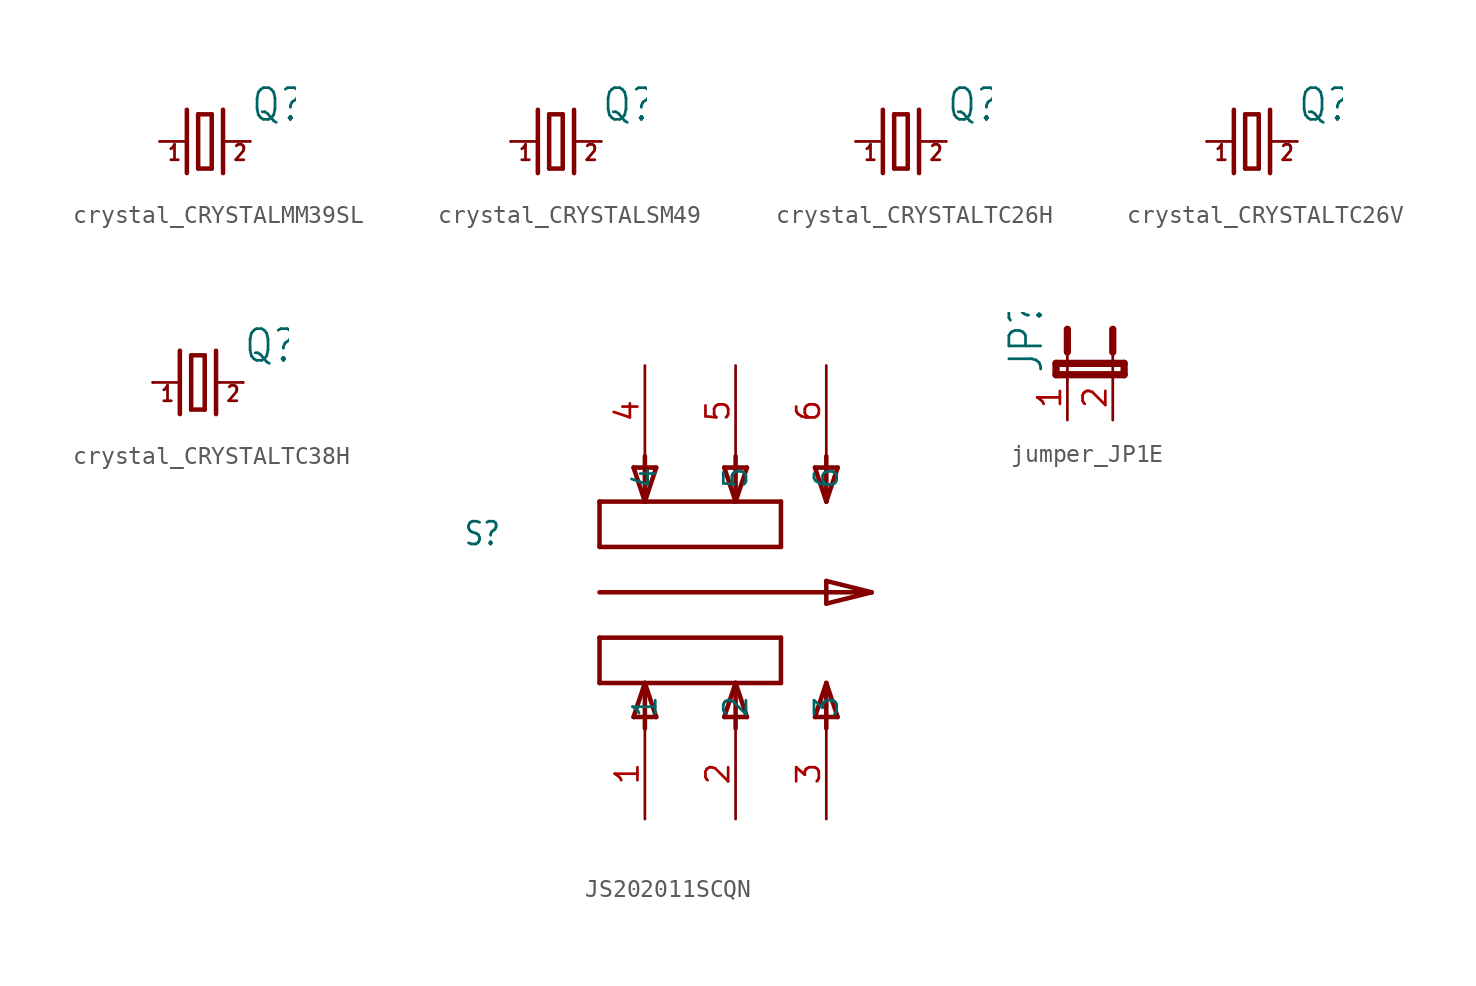
<source format=kicad_sym>
(kicad_symbol_lib
  (version 20231120)
  (generator "kicad_symbol_editor")
  (generator_version "8.0")
  (symbol "crystal_CRYSTALMM39SL"
    (property "Reference" "Q"
      (at 2.54 1.016 0)
      (effects (font (size 1.778 1.511)) (justify left bottom)))
    (property "Value" ""
      (at 2.54 -2.54 0)
      (effects (font (size 1.778 1.511)) (justify left bottom)))
    (property "ki_locked" ""
      (at 0 0 0)
      (effects (font (size 1.27 1.27))))
    (symbol "crystal_CRYSTALMM39SL_1_0"
      (polyline (pts (xy -2.54 0) (xy -1.016 0)) (stroke (width 0.152) (type solid)) (fill (type none)))
      (polyline (pts (xy -1.016 1.778) (xy -1.016 -1.778)) (stroke (width 0.254) (type solid)) (fill (type none)))
      (polyline (pts (xy -0.381 -1.524) (xy 0.381 -1.524)) (stroke (width 0.254) (type solid)) (fill (type none)))
      (polyline (pts (xy -0.381 1.524) (xy -0.381 -1.524)) (stroke (width 0.254) (type solid)) (fill (type none)))
      (polyline (pts (xy 0.381 -1.524) (xy 0.381 1.524)) (stroke (width 0.254) (type solid)) (fill (type none)))
      (polyline (pts (xy 0.381 1.524) (xy -0.381 1.524)) (stroke (width 0.254) (type solid)) (fill (type none)))
      (polyline (pts (xy 1.016 0) (xy 2.54 0)) (stroke (width 0.152) (type solid)) (fill (type none)))
      (polyline (pts (xy 1.016 1.778) (xy 1.016 -1.778)) (stroke (width 0.254) (type solid)) (fill (type none)))
      (text "1" (at -2.159 -1.143 0) (effects (font (size 0.864 0.734)) (justify left bottom)))
      (text "2" (at 1.524 -1.143 0) (effects (font (size 0.864 0.734)) (justify left bottom)))
      (pin passive line (at -2.54 0 0) (length 0) (name "1" (effects (font (size 0 0)))) (number "1" (effects (font (size 0 0)))))
      (pin passive line (at 2.54 0 180) (length 0) (name "2" (effects (font (size 0 0)))) (number "4" (effects (font (size 0 0)))))))
  (symbol "crystal_CRYSTALSM49"
    (property "Reference" "Q"
      (at 2.54 1.016 0)
      (effects (font (size 1.778 1.511)) (justify left bottom)))
    (property "Value" ""
      (at 2.54 -2.54 0)
      (effects (font (size 1.778 1.511)) (justify left bottom)))
    (property "ki_locked" ""
      (at 0 0 0)
      (effects (font (size 1.27 1.27))))
    (symbol "crystal_CRYSTALSM49_1_0"
      (polyline (pts (xy -2.54 0) (xy -1.016 0)) (stroke (width 0.152) (type solid)) (fill (type none)))
      (polyline (pts (xy -1.016 1.778) (xy -1.016 -1.778)) (stroke (width 0.254) (type solid)) (fill (type none)))
      (polyline (pts (xy -0.381 -1.524) (xy 0.381 -1.524)) (stroke (width 0.254) (type solid)) (fill (type none)))
      (polyline (pts (xy -0.381 1.524) (xy -0.381 -1.524)) (stroke (width 0.254) (type solid)) (fill (type none)))
      (polyline (pts (xy 0.381 -1.524) (xy 0.381 1.524)) (stroke (width 0.254) (type solid)) (fill (type none)))
      (polyline (pts (xy 0.381 1.524) (xy -0.381 1.524)) (stroke (width 0.254) (type solid)) (fill (type none)))
      (polyline (pts (xy 1.016 0) (xy 2.54 0)) (stroke (width 0.152) (type solid)) (fill (type none)))
      (polyline (pts (xy 1.016 1.778) (xy 1.016 -1.778)) (stroke (width 0.254) (type solid)) (fill (type none)))
      (text "1" (at -2.159 -1.143 0) (effects (font (size 0.864 0.734)) (justify left bottom)))
      (text "2" (at 1.524 -1.143 0) (effects (font (size 0.864 0.734)) (justify left bottom)))
      (pin passive line (at -2.54 0 0) (length 0) (name "1" (effects (font (size 0 0)))) (number "1" (effects (font (size 0 0)))))
      (pin passive line (at 2.54 0 180) (length 0) (name "2" (effects (font (size 0 0)))) (number "2" (effects (font (size 0 0)))))))
  (symbol "crystal_CRYSTALTC26H"
    (property "Reference" "Q"
      (at 2.54 1.016 0)
      (effects (font (size 1.778 1.511)) (justify left bottom)))
    (property "Value" ""
      (at 2.54 -2.54 0)
      (effects (font (size 1.778 1.511)) (justify left bottom)))
    (property "ki_locked" ""
      (at 0 0 0)
      (effects (font (size 1.27 1.27))))
    (symbol "crystal_CRYSTALTC26H_1_0"
      (polyline (pts (xy -2.54 0) (xy -1.016 0)) (stroke (width 0.152) (type solid)) (fill (type none)))
      (polyline (pts (xy -1.016 1.778) (xy -1.016 -1.778)) (stroke (width 0.254) (type solid)) (fill (type none)))
      (polyline (pts (xy -0.381 -1.524) (xy 0.381 -1.524)) (stroke (width 0.254) (type solid)) (fill (type none)))
      (polyline (pts (xy -0.381 1.524) (xy -0.381 -1.524)) (stroke (width 0.254) (type solid)) (fill (type none)))
      (polyline (pts (xy 0.381 -1.524) (xy 0.381 1.524)) (stroke (width 0.254) (type solid)) (fill (type none)))
      (polyline (pts (xy 0.381 1.524) (xy -0.381 1.524)) (stroke (width 0.254) (type solid)) (fill (type none)))
      (polyline (pts (xy 1.016 0) (xy 2.54 0)) (stroke (width 0.152) (type solid)) (fill (type none)))
      (polyline (pts (xy 1.016 1.778) (xy 1.016 -1.778)) (stroke (width 0.254) (type solid)) (fill (type none)))
      (text "1" (at -2.159 -1.143 0) (effects (font (size 0.864 0.734)) (justify left bottom)))
      (text "2" (at 1.524 -1.143 0) (effects (font (size 0.864 0.734)) (justify left bottom)))
      (pin passive line (at -2.54 0 0) (length 0) (name "1" (effects (font (size 0 0)))) (number "1" (effects (font (size 0 0)))))
      (pin passive line (at 2.54 0 180) (length 0) (name "2" (effects (font (size 0 0)))) (number "2" (effects (font (size 0 0)))))))
  (symbol "crystal_CRYSTALTC26V"
    (property "Reference" "Q"
      (at 2.54 1.016 0)
      (effects (font (size 1.778 1.511)) (justify left bottom)))
    (property "Value" ""
      (at 2.54 -2.54 0)
      (effects (font (size 1.778 1.511)) (justify left bottom)))
    (property "ki_locked" ""
      (at 0 0 0)
      (effects (font (size 1.27 1.27))))
    (symbol "crystal_CRYSTALTC26V_1_0"
      (polyline (pts (xy -2.54 0) (xy -1.016 0)) (stroke (width 0.152) (type solid)) (fill (type none)))
      (polyline (pts (xy -1.016 1.778) (xy -1.016 -1.778)) (stroke (width 0.254) (type solid)) (fill (type none)))
      (polyline (pts (xy -0.381 -1.524) (xy 0.381 -1.524)) (stroke (width 0.254) (type solid)) (fill (type none)))
      (polyline (pts (xy -0.381 1.524) (xy -0.381 -1.524)) (stroke (width 0.254) (type solid)) (fill (type none)))
      (polyline (pts (xy 0.381 -1.524) (xy 0.381 1.524)) (stroke (width 0.254) (type solid)) (fill (type none)))
      (polyline (pts (xy 0.381 1.524) (xy -0.381 1.524)) (stroke (width 0.254) (type solid)) (fill (type none)))
      (polyline (pts (xy 1.016 0) (xy 2.54 0)) (stroke (width 0.152) (type solid)) (fill (type none)))
      (polyline (pts (xy 1.016 1.778) (xy 1.016 -1.778)) (stroke (width 0.254) (type solid)) (fill (type none)))
      (text "1" (at -2.159 -1.143 0) (effects (font (size 0.864 0.734)) (justify left bottom)))
      (text "2" (at 1.524 -1.143 0) (effects (font (size 0.864 0.734)) (justify left bottom)))
      (pin passive line (at -2.54 0 0) (length 0) (name "1" (effects (font (size 0 0)))) (number "1" (effects (font (size 0 0)))))
      (pin passive line (at 2.54 0 180) (length 0) (name "2" (effects (font (size 0 0)))) (number "2" (effects (font (size 0 0)))))))
  (symbol "crystal_CRYSTALTC38H"
    (property "Reference" "Q"
      (at 2.54 1.016 0)
      (effects (font (size 1.778 1.511)) (justify left bottom)))
    (property "Value" ""
      (at 2.54 -2.54 0)
      (effects (font (size 1.778 1.511)) (justify left bottom)))
    (property "ki_locked" ""
      (at 0 0 0)
      (effects (font (size 1.27 1.27))))
    (symbol "crystal_CRYSTALTC38H_1_0"
      (polyline (pts (xy -2.54 0) (xy -1.016 0)) (stroke (width 0.152) (type solid)) (fill (type none)))
      (polyline (pts (xy -1.016 1.778) (xy -1.016 -1.778)) (stroke (width 0.254) (type solid)) (fill (type none)))
      (polyline (pts (xy -0.381 -1.524) (xy 0.381 -1.524)) (stroke (width 0.254) (type solid)) (fill (type none)))
      (polyline (pts (xy -0.381 1.524) (xy -0.381 -1.524)) (stroke (width 0.254) (type solid)) (fill (type none)))
      (polyline (pts (xy 0.381 -1.524) (xy 0.381 1.524)) (stroke (width 0.254) (type solid)) (fill (type none)))
      (polyline (pts (xy 0.381 1.524) (xy -0.381 1.524)) (stroke (width 0.254) (type solid)) (fill (type none)))
      (polyline (pts (xy 1.016 0) (xy 2.54 0)) (stroke (width 0.152) (type solid)) (fill (type none)))
      (polyline (pts (xy 1.016 1.778) (xy 1.016 -1.778)) (stroke (width 0.254) (type solid)) (fill (type none)))
      (text "1" (at -2.159 -1.143 0) (effects (font (size 0.864 0.734)) (justify left bottom)))
      (text "2" (at 1.524 -1.143 0) (effects (font (size 0.864 0.734)) (justify left bottom)))
      (pin passive line (at -2.54 0 0) (length 0) (name "1" (effects (font (size 0 0)))) (number "1" (effects (font (size 0 0)))))
      (pin passive line (at 2.54 0 180) (length 0) (name "2" (effects (font (size 0 0)))) (number "2" (effects (font (size 0 0)))))))
  (symbol "JS202011SCQN"
    (property "Reference" "S"
      (at -15.262 2.544 0)
      (effects (font (size 1.272 1.081)) (justify left bottom)))
    (property "Value" ""
      (at -15.251 -5.084 0)
      (effects (font (size 1.271 1.08)) (justify left bottom)))
    (property "ki_locked" ""
      (at 0 0 0)
      (effects (font (size 1.27 1.27))))
    (symbol "JS202011SCQN_1_0"
      (polyline (pts (xy -7.62 -5.08) (xy -7.62 -2.54)) (stroke (width 0.254) (type solid)) (fill (type none)))
      (polyline (pts (xy -7.62 -2.54) (xy 2.54 -2.54)) (stroke (width 0.254) (type solid)) (fill (type none)))
      (polyline (pts (xy -7.62 0) (xy 7.62 0)) (stroke (width 0.254) (type solid)) (fill (type none)))
      (polyline (pts (xy -7.62 2.54) (xy 2.54 2.54)) (stroke (width 0.254) (type solid)) (fill (type none)))
      (polyline (pts (xy -7.62 5.08) (xy -7.62 2.54)) (stroke (width 0.254) (type solid)) (fill (type none)))
      (polyline (pts (xy -5.715 -6.985) (xy -4.445 -6.985)) (stroke (width 0.254) (type solid)) (fill (type none)))
      (polyline (pts (xy -5.715 6.985) (xy -5.08 5.08)) (stroke (width 0.254) (type solid)) (fill (type none)))
      (polyline (pts (xy -5.08 -5.08) (xy -7.62 -5.08)) (stroke (width 0.254) (type solid)) (fill (type none)))
      (polyline (pts (xy -5.08 -5.08) (xy -5.715 -6.985)) (stroke (width 0.254) (type solid)) (fill (type none)))
      (polyline (pts (xy -5.08 -5.08) (xy -5.08 -7.62)) (stroke (width 0.254) (type solid)) (fill (type none)))
      (polyline (pts (xy -5.08 5.08) (xy -7.62 5.08)) (stroke (width 0.254) (type solid)) (fill (type none)))
      (polyline (pts (xy -5.08 5.08) (xy -4.445 6.985)) (stroke (width 0.254) (type solid)) (fill (type none)))
      (polyline (pts (xy -5.08 7.62) (xy -5.08 5.08)) (stroke (width 0.254) (type solid)) (fill (type none)))
      (polyline (pts (xy -4.445 -6.985) (xy -5.08 -5.08)) (stroke (width 0.254) (type solid)) (fill (type none)))
      (polyline (pts (xy -4.445 6.985) (xy -5.715 6.985)) (stroke (width 0.254) (type solid)) (fill (type none)))
      (polyline (pts (xy -0.635 -6.985) (xy 0.635 -6.985)) (stroke (width 0.254) (type solid)) (fill (type none)))
      (polyline (pts (xy -0.635 6.985) (xy 0 5.08)) (stroke (width 0.254) (type solid)) (fill (type none)))
      (polyline (pts (xy 0 -5.08) (xy -5.08 -5.08)) (stroke (width 0.254) (type solid)) (fill (type none)))
      (polyline (pts (xy 0 -5.08) (xy -0.635 -6.985)) (stroke (width 0.254) (type solid)) (fill (type none)))
      (polyline (pts (xy 0 -5.08) (xy 0 -7.62)) (stroke (width 0.254) (type solid)) (fill (type none)))
      (polyline (pts (xy 0 5.08) (xy -5.08 5.08)) (stroke (width 0.254) (type solid)) (fill (type none)))
      (polyline (pts (xy 0 5.08) (xy 0.635 6.985)) (stroke (width 0.254) (type solid)) (fill (type none)))
      (polyline (pts (xy 0 7.62) (xy 0 5.08)) (stroke (width 0.254) (type solid)) (fill (type none)))
      (polyline (pts (xy 0.635 -6.985) (xy 0 -5.08)) (stroke (width 0.254) (type solid)) (fill (type none)))
      (polyline (pts (xy 0.635 6.985) (xy -0.635 6.985)) (stroke (width 0.254) (type solid)) (fill (type none)))
      (polyline (pts (xy 2.54 -5.08) (xy 0 -5.08)) (stroke (width 0.254) (type solid)) (fill (type none)))
      (polyline (pts (xy 2.54 -2.54) (xy 2.54 -5.08)) (stroke (width 0.254) (type solid)) (fill (type none)))
      (polyline (pts (xy 2.54 2.54) (xy 2.54 5.08)) (stroke (width 0.254) (type solid)) (fill (type none)))
      (polyline (pts (xy 2.54 5.08) (xy 0 5.08)) (stroke (width 0.254) (type solid)) (fill (type none)))
      (polyline (pts (xy 4.445 -6.985) (xy 5.715 -6.985)) (stroke (width 0.254) (type solid)) (fill (type none)))
      (polyline (pts (xy 4.445 6.985) (xy 5.08 5.08)) (stroke (width 0.254) (type solid)) (fill (type none)))
      (polyline (pts (xy 5.08 -5.08) (xy 4.445 -6.985)) (stroke (width 0.254) (type solid)) (fill (type none)))
      (polyline (pts (xy 5.08 -5.08) (xy 5.08 -7.62)) (stroke (width 0.254) (type solid)) (fill (type none)))
      (polyline (pts (xy 5.08 -0.635) (xy 7.62 0)) (stroke (width 0.254) (type solid)) (fill (type none)))
      (polyline (pts (xy 5.08 0.635) (xy 5.08 -0.635)) (stroke (width 0.254) (type solid)) (fill (type none)))
      (polyline (pts (xy 5.08 5.08) (xy 5.715 6.985)) (stroke (width 0.254) (type solid)) (fill (type none)))
      (polyline (pts (xy 5.08 7.62) (xy 5.08 5.08)) (stroke (width 0.254) (type solid)) (fill (type none)))
      (polyline (pts (xy 5.715 -6.985) (xy 5.08 -5.08)) (stroke (width 0.254) (type solid)) (fill (type none)))
      (polyline (pts (xy 5.715 6.985) (xy 4.445 6.985)) (stroke (width 0.254) (type solid)) (fill (type none)))
      (polyline (pts (xy 7.62 0) (xy 5.08 0.635)) (stroke (width 0.254) (type solid)) (fill (type none)))
      (pin passive line (at -5.08 -12.7 90) (length 5.08) (name "1" (effects (font (size 1.27 1.27)))) (number "1" (effects (font (size 1.27 1.27)))))
      (pin passive line (at 0 -12.7 90) (length 5.08) (name "2" (effects (font (size 1.27 1.27)))) (number "2" (effects (font (size 1.27 1.27)))))
      (pin passive line (at 5.08 -12.7 90) (length 5.08) (name "3" (effects (font (size 1.27 1.27)))) (number "3" (effects (font (size 1.27 1.27)))))
      (pin passive line (at -5.08 12.7 270) (length 5.08) (name "4" (effects (font (size 1.27 1.27)))) (number "4" (effects (font (size 1.27 1.27)))))
      (pin passive line (at 0 12.7 270) (length 5.08) (name "5" (effects (font (size 1.27 1.27)))) (number "5" (effects (font (size 1.27 1.27)))))
      (pin passive line (at 5.08 12.7 270) (length 5.08) (name "6" (effects (font (size 1.27 1.27)))) (number "6" (effects (font (size 1.27 1.27)))))))
  (symbol "jumper_JP1E"
    (property "Reference" "JP"
      (at -1.27 0 90)
      (effects (font (size 1.778 1.511)) (justify left bottom)))
    (property "Value" ""
      (at 5.715 0 90)
      (effects (font (size 1.778 1.511)) (justify left bottom)))
    (property "ki_locked" ""
      (at 0 0 0)
      (effects (font (size 1.27 1.27))))
    (symbol "jumper_JP1E_1_0"
      (polyline (pts (xy -0.635 0) (xy 3.175 0)) (stroke (width 0.406) (type solid)) (fill (type none)))
      (polyline (pts (xy -0.635 0.635) (xy -0.635 0)) (stroke (width 0.406) (type solid)) (fill (type none)))
      (polyline (pts (xy 0 0) (xy 0 1.27)) (stroke (width 0.152) (type solid)) (fill (type none)))
      (polyline (pts (xy 0 2.54) (xy 0 1.27)) (stroke (width 0.406) (type solid)) (fill (type none)))
      (polyline (pts (xy 2.54 0) (xy 2.54 1.27)) (stroke (width 0.152) (type solid)) (fill (type none)))
      (polyline (pts (xy 2.54 2.54) (xy 2.54 1.27)) (stroke (width 0.406) (type solid)) (fill (type none)))
      (polyline (pts (xy 3.175 0) (xy 3.175 0.635)) (stroke (width 0.406) (type solid)) (fill (type none)))
      (polyline (pts (xy 3.175 0.635) (xy -0.635 0.635)) (stroke (width 0.406) (type solid)) (fill (type none)))
      (pin passive line (at 0 -2.54 90) (length 2.54) (name "1" (effects (font (size 0 0)))) (number "1" (effects (font (size 1.27 1.27)))))
      (pin passive line (at 2.54 -2.54 90) (length 2.54) (name "2" (effects (font (size 0 0)))) (number "2" (effects (font (size 1.27 1.27))))))))
</source>
